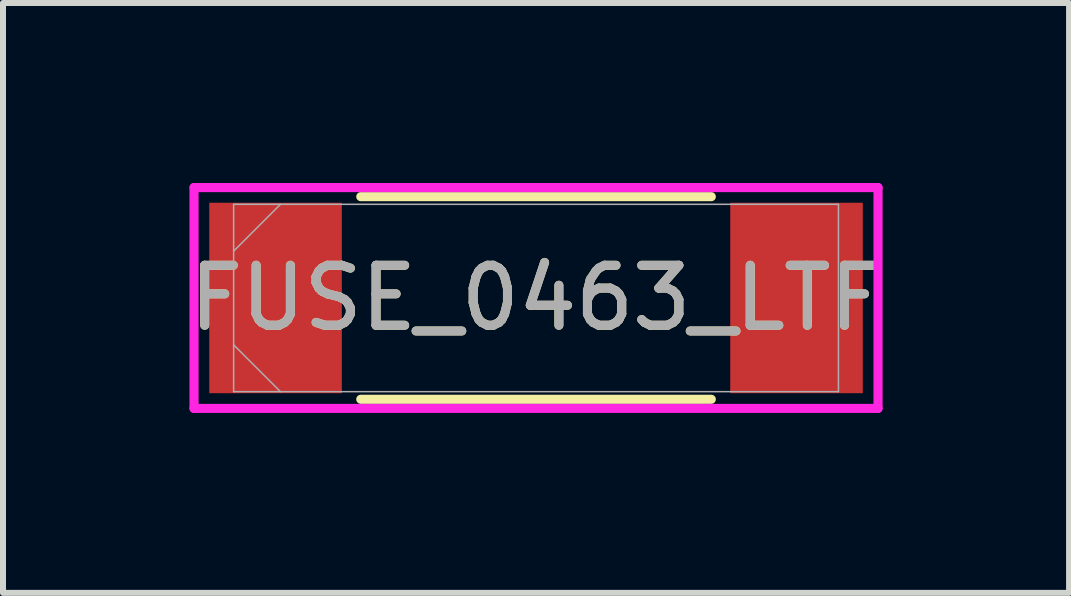
<source format=kicad_pcb>
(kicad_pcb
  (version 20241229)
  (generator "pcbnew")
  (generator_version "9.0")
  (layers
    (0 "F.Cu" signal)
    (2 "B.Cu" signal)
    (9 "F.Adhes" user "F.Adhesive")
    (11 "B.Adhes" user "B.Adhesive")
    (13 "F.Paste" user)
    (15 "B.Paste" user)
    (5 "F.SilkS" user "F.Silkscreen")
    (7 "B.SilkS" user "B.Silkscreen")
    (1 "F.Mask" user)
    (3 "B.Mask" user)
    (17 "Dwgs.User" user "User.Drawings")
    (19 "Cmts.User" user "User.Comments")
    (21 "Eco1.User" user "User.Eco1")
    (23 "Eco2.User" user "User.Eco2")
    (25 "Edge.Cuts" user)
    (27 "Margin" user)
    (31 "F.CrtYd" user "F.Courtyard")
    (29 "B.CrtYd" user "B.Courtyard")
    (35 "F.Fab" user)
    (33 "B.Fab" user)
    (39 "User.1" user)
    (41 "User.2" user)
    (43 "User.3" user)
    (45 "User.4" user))
  (footprint "FUSE_0463_LTF"
    (layer "F.Cu")
    (at 5.887 1.918)
    (property "Reference" "FUSE_0463_LTF" (at 0 0 0) (unlocked yes) (layer "F.SilkS") (effects (font (size 1 1) (thickness 0.15))))
    (attr smd)
    (fp_line (start -2.922 1.689) (end 2.922 1.689) (stroke (width 0.152) (type solid)) (layer "F.SilkS"))
    (fp_line (start 2.922 -1.689) (end -2.922 -1.689) (stroke (width 0.152) (type solid)) (layer "F.SilkS"))
    (fp_line (start -5.702 -1.841) (end 5.702 -1.841) (stroke (width 0.152) (type solid)) (layer "F.CrtYd"))
    (fp_line (start -5.702 1.841) (end -5.702 -1.841) (stroke (width 0.152) (type solid)) (layer "F.CrtYd"))
    (fp_line (start 5.702 -1.841) (end 5.702 1.841) (stroke (width 0.152) (type solid)) (layer "F.CrtYd"))
    (fp_line (start 5.702 1.841) (end -5.702 1.841) (stroke (width 0.152) (type solid)) (layer "F.CrtYd"))
    (fp_line (start -5.042 -1.562) (end -5.042 1.562) (stroke (width 0.025) (type solid)) (layer "F.Fab"))
    (fp_line (start -5.042 -0.781) (end -4.261 -1.562) (stroke (width 0.025) (type solid)) (layer "F.Fab"))
    (fp_line (start -5.042 0.781) (end -4.261 1.562) (stroke (width 0.025) (type solid)) (layer "F.Fab"))
    (fp_line (start -5.042 1.562) (end 5.042 1.562) (stroke (width 0.025) (type solid)) (layer "F.Fab"))
    (fp_line (start 5.042 -1.562) (end -5.042 -1.562) (stroke (width 0.025) (type solid)) (layer "F.Fab"))
    (fp_line (start 5.042 1.562) (end 5.042 -1.562) (stroke (width 0.025) (type solid)) (layer "F.Fab"))
    (fp_text user "${REFERENCE}" (at 0 0 0) (unlocked yes) (layer "F.Fab") (effects (font (size 1 1) (thickness 0.15))))
    (pad "1" smd rect (at -4.343 0) (size 2.21 3.175) (layers "F.Cu" "F.Mask" "F.Paste"))
    (pad "2" smd rect (at 4.343 0) (size 2.21 3.175) (layers "F.Cu" "F.Mask" "F.Paste"))
    (zone (net_name "") (layer "F.Cu") (hatch full 0.508) (connect_pads) (min_thickness 0.254) (filled_areas_thickness no) (keepout (tracks not_allowed) (vias not_allowed) (pads allowed) (copperpour not_allowed) (footprints allowed)) (placement (enabled no)) (fill) (polygon (pts (xy 2.699 0.381) (xy 9.075 0.381) (xy 9.075 3.454) (xy 2.699 3.454)))))
  (gr_rect
    (start -3 -3)
    (end 14.774 6.835)
    (stroke (width 0.1) (type default))
    (fill no)
    (layer "Edge.Cuts")))
</source>
